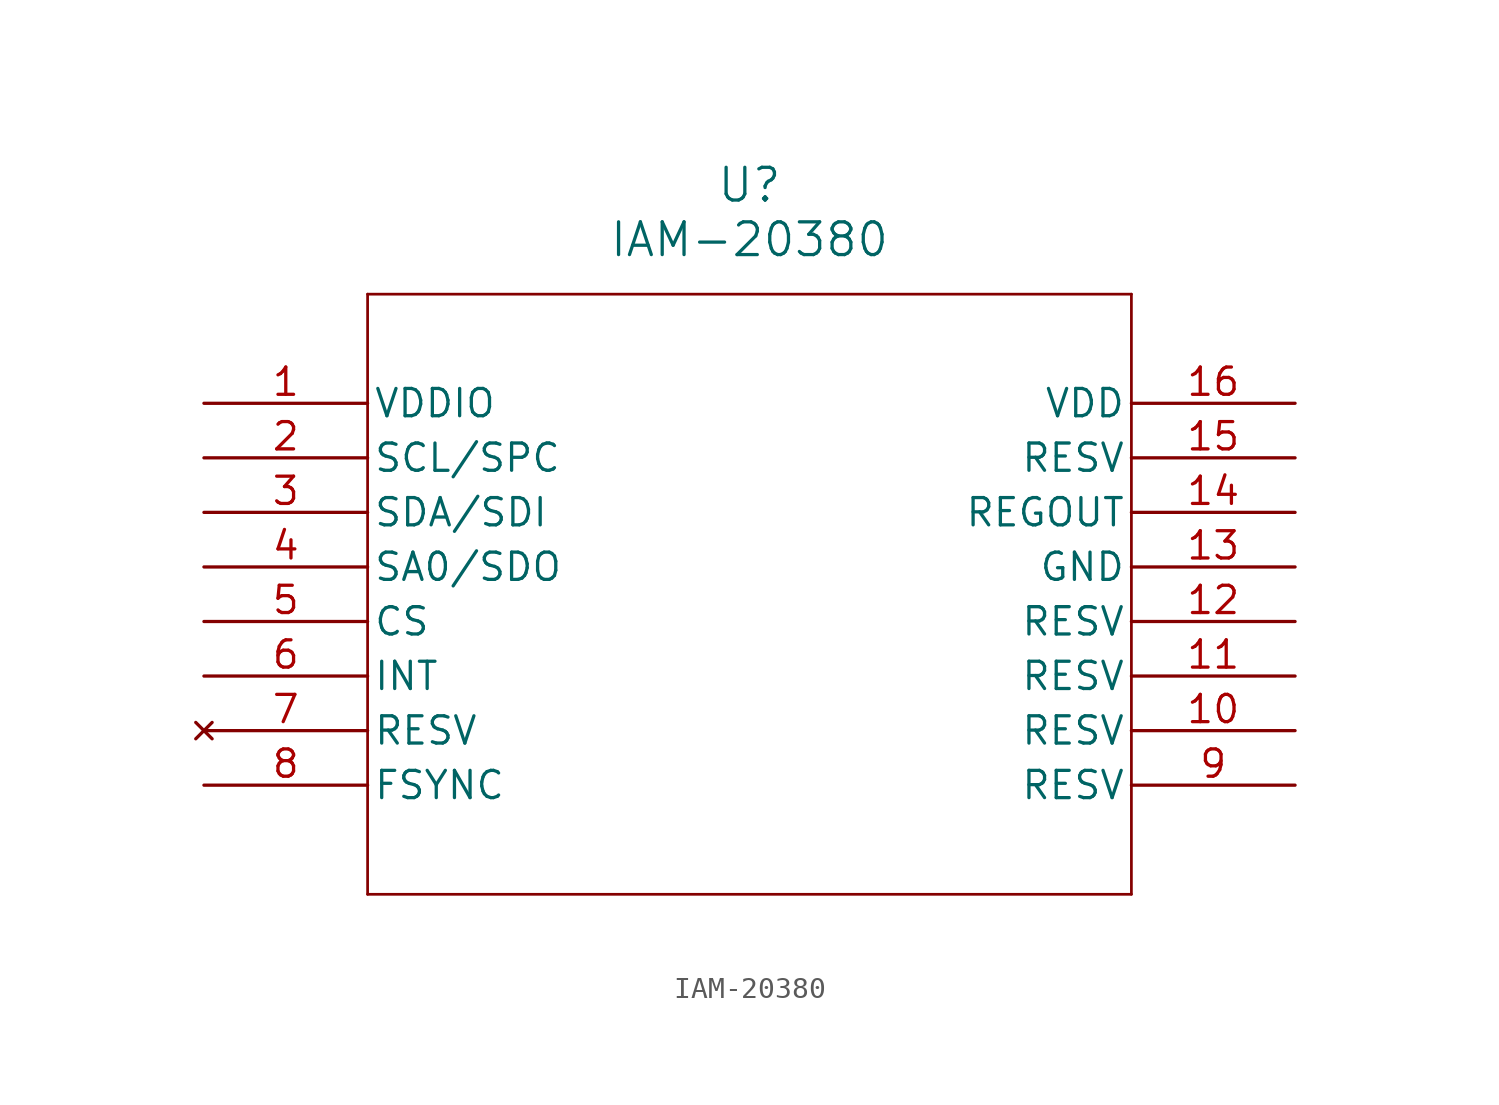
<source format=kicad_sym>
(kicad_symbol_lib
  (version 20211014)
  (generator kicad_symbol_editor)
  (symbol "IAM-20380"
    (pin_names
      (offset 0.254))
    (property "Reference" "U"
      (at 25.4 10.16 0)
      (effects (font (size 1.524 1.524))))
    (property "Value" "IAM-20380"
      (at 25.4 7.62 0)
      (effects (font (size 1.524 1.524))))
    (symbol "IAM-20380_0_1"
      (polyline (pts (xy 7.62 5.08) (xy 7.62 -22.86)) (stroke (width 0.127) (type default) (color 0 0 0 0)) (fill (type none)))
      (polyline (pts (xy 7.62 -22.86) (xy 43.18 -22.86)) (stroke (width 0.127) (type default) (color 0 0 0 0)) (fill (type none)))
      (polyline (pts (xy 43.18 -22.86) (xy 43.18 5.08)) (stroke (width 0.127) (type default) (color 0 0 0 0)) (fill (type none)))
      (polyline (pts (xy 43.18 5.08) (xy 7.62 5.08)) (stroke (width 0.127) (type default) (color 0 0 0 0)) (fill (type none)))
      (pin power_in line (at 0 0 0) (length 7.62) (name "VDDIO" (effects (font (size 1.27 1.27)))) (number "1" (effects (font (size 1.27 1.27)))))
      (pin bidirectional line (at 0 -2.54 0) (length 7.62) (name "SCL/SPC" (effects (font (size 1.27 1.27)))) (number "2" (effects (font (size 1.27 1.27)))))
      (pin input line (at 0 -5.08 0) (length 7.62) (name "SDA/SDI" (effects (font (size 1.27 1.27)))) (number "3" (effects (font (size 1.27 1.27)))))
      (pin output line (at 0 -7.62 0) (length 7.62) (name "SA0/SDO" (effects (font (size 1.27 1.27)))) (number "4" (effects (font (size 1.27 1.27)))))
      (pin bidirectional line (at 0 -10.16 0) (length 7.62) (name "CS" (effects (font (size 1.27 1.27)))) (number "5" (effects (font (size 1.27 1.27)))))
      (pin output line (at 0 -12.7 0) (length 7.62) (name "INT" (effects (font (size 1.27 1.27)))) (number "6" (effects (font (size 1.27 1.27)))))
      (pin no_connect line (at 0 -15.24 0) (length 7.62) (name "RESV" (effects (font (size 1.27 1.27)))) (number "7" (effects (font (size 1.27 1.27)))))
      (pin input line (at 0 -17.78 0) (length 7.62) (name "FSYNC" (effects (font (size 1.27 1.27)))) (number "8" (effects (font (size 1.27 1.27)))))
      (pin power_out line (at 50.8 -17.78 180) (length 7.62) (name "RESV" (effects (font (size 1.27 1.27)))) (number "9" (effects (font (size 1.27 1.27)))))
      (pin power_out line (at 50.8 -15.24 180) (length 7.62) (name "RESV" (effects (font (size 1.27 1.27)))) (number "10" (effects (font (size 1.27 1.27)))))
      (pin power_out line (at 50.8 -12.7 180) (length 7.62) (name "RESV" (effects (font (size 1.27 1.27)))) (number "11" (effects (font (size 1.27 1.27)))))
      (pin power_out line (at 50.8 -10.16 180) (length 7.62) (name "RESV" (effects (font (size 1.27 1.27)))) (number "12" (effects (font (size 1.27 1.27)))))
      (pin power_out line (at 50.8 -7.62 180) (length 7.62) (name "GND" (effects (font (size 1.27 1.27)))) (number "13" (effects (font (size 1.27 1.27)))))
      (pin output line (at 50.8 -5.08 180) (length 7.62) (name "REGOUT" (effects (font (size 1.27 1.27)))) (number "14" (effects (font (size 1.27 1.27)))))
      (pin power_out line (at 50.8 -2.54 180) (length 7.62) (name "RESV" (effects (font (size 1.27 1.27)))) (number "15" (effects (font (size 1.27 1.27)))))
      (pin power_in line (at 50.8 0 180) (length 7.62) (name "VDD" (effects (font (size 1.27 1.27)))) (number "16" (effects (font (size 1.27 1.27))))))))
</source>
